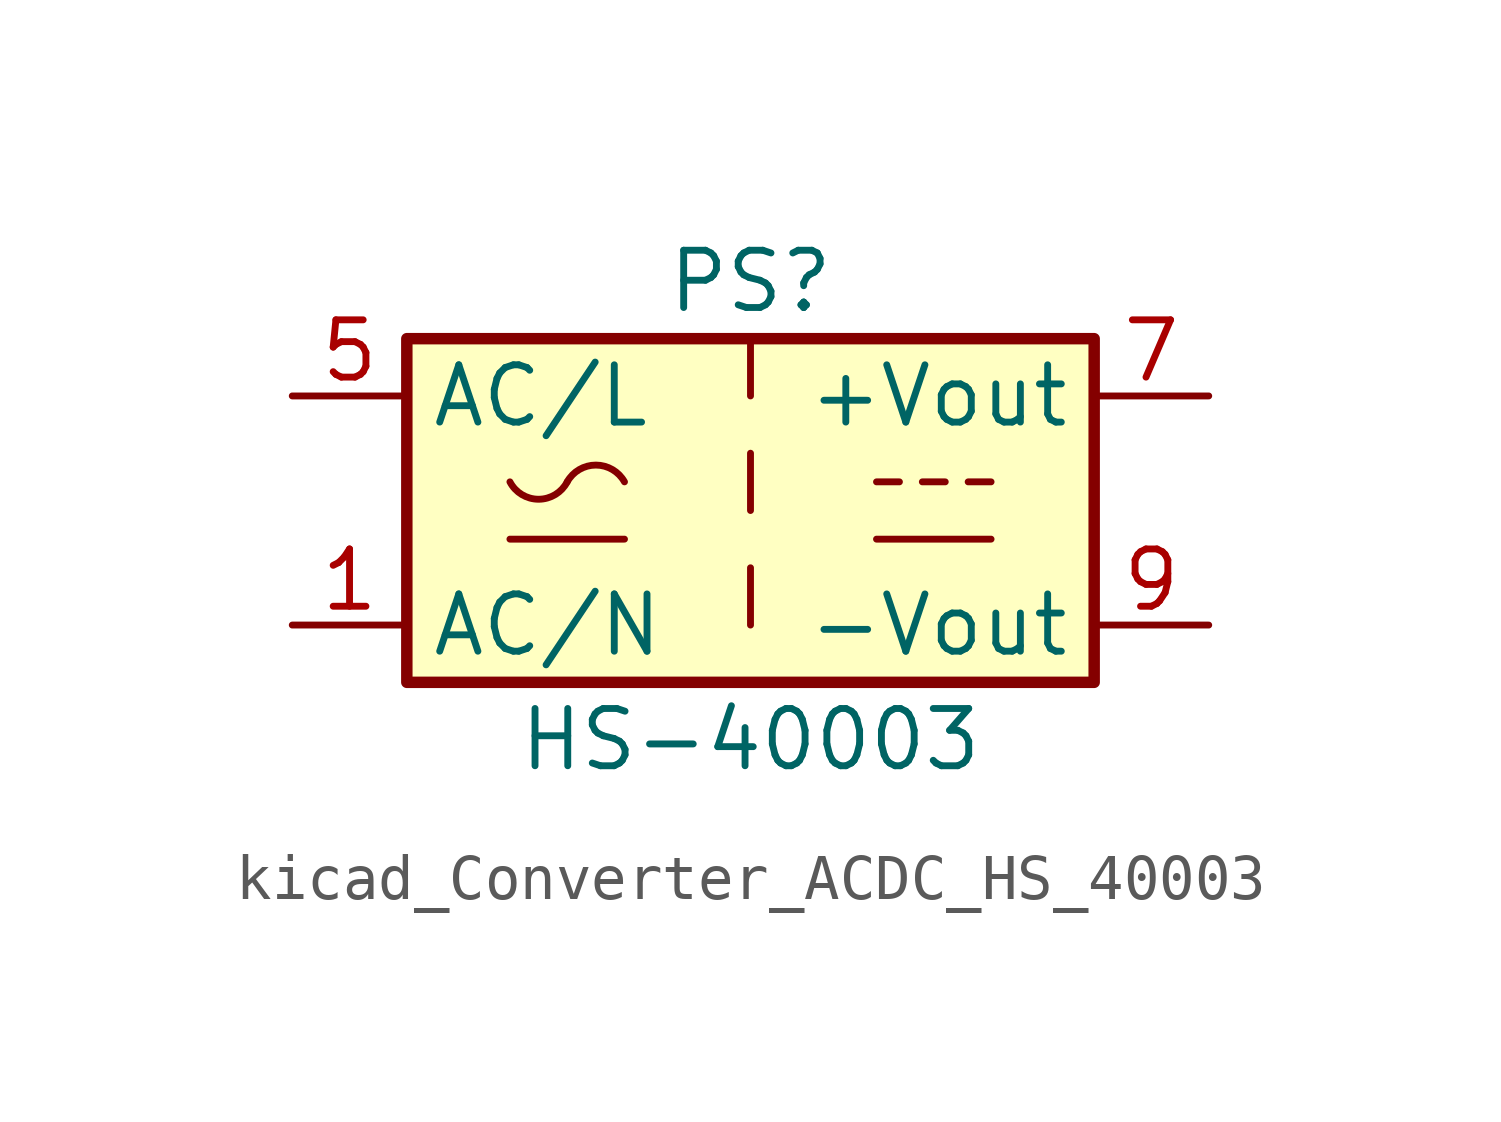
<source format=kicad_sym>
(kicad_symbol_lib
  (version 20220914)
  (generator kicad_symbol_editor)
  (symbol "kicad_Converter_ACDC_HS_40003"
    (property "Reference" "PS"
      (at 0 5.08 0)
      (effects (font (size 1.27 1.27))))
    (property "Value" "HS-40003"
      (at 0 -5.08 0)
      (effects (font (size 1.27 1.27))))
    (symbol "kicad_Converter_ACDC_HS_40003_0_1"
      (rectangle (start -7.62 3.81) (end 7.62 -3.81) (stroke (width 0.254) (type default)) (fill (type background)))
      (arc (start -5.334 0.635) (mid -4.699 0.2495) (end -4.064 0.635) (stroke (width 0) (type default)) (fill (type none)))
      (arc (start -2.794 0.635) (mid -3.429 1.0072) (end -4.064 0.635) (stroke (width 0) (type default)) (fill (type none)))
      (polyline (pts (xy -5.334 -0.635) (xy -2.794 -0.635)) (stroke (width 0) (type default)) (fill (type none)))
      (polyline (pts (xy 2.794 -0.635) (xy 5.334 -0.635)) (stroke (width 0) (type default)) (fill (type none)))
      (polyline (pts (xy 2.794 0.635) (xy 3.302 0.635)) (stroke (width 0) (type default)) (fill (type none)))
      (polyline (pts (xy 3.81 0.635) (xy 4.318 0.635)) (stroke (width 0) (type default)) (fill (type none)))
      (polyline (pts (xy 4.826 0.635) (xy 5.334 0.635)) (stroke (width 0) (type default)) (fill (type none))))
    (symbol "kicad_Converter_ACDC_HS_40003_1_1"
      (polyline (pts (xy 0 -1.27) (xy 0 -2.54)) (stroke (width 0) (type default)) (fill (type none)))
      (polyline (pts (xy 0 1.27) (xy 0 0)) (stroke (width 0) (type default)) (fill (type none)))
      (polyline (pts (xy 0 3.81) (xy 0 2.54)) (stroke (width 0) (type default)) (fill (type none)))
      (pin power_in line (at -10.16 -2.54 0) (length 2.54) (name "AC/N" (effects (font (size 1.27 1.27)))) (number "1" (effects (font (size 1.27 1.27)))))
      (pin power_in line (at -10.16 2.54 0) (length 2.54) (name "AC/L" (effects (font (size 1.27 1.27)))) (number "5" (effects (font (size 1.27 1.27)))))
      (pin power_out line (at 10.16 2.54 180) (length 2.54) (name "+Vout" (effects (font (size 1.27 1.27)))) (number "7" (effects (font (size 1.27 1.27)))))
      (pin power_out line (at 10.16 -2.54 180) (length 2.54) (name "-Vout" (effects (font (size 1.27 1.27)))) (number "9" (effects (font (size 1.27 1.27))))))))
</source>
